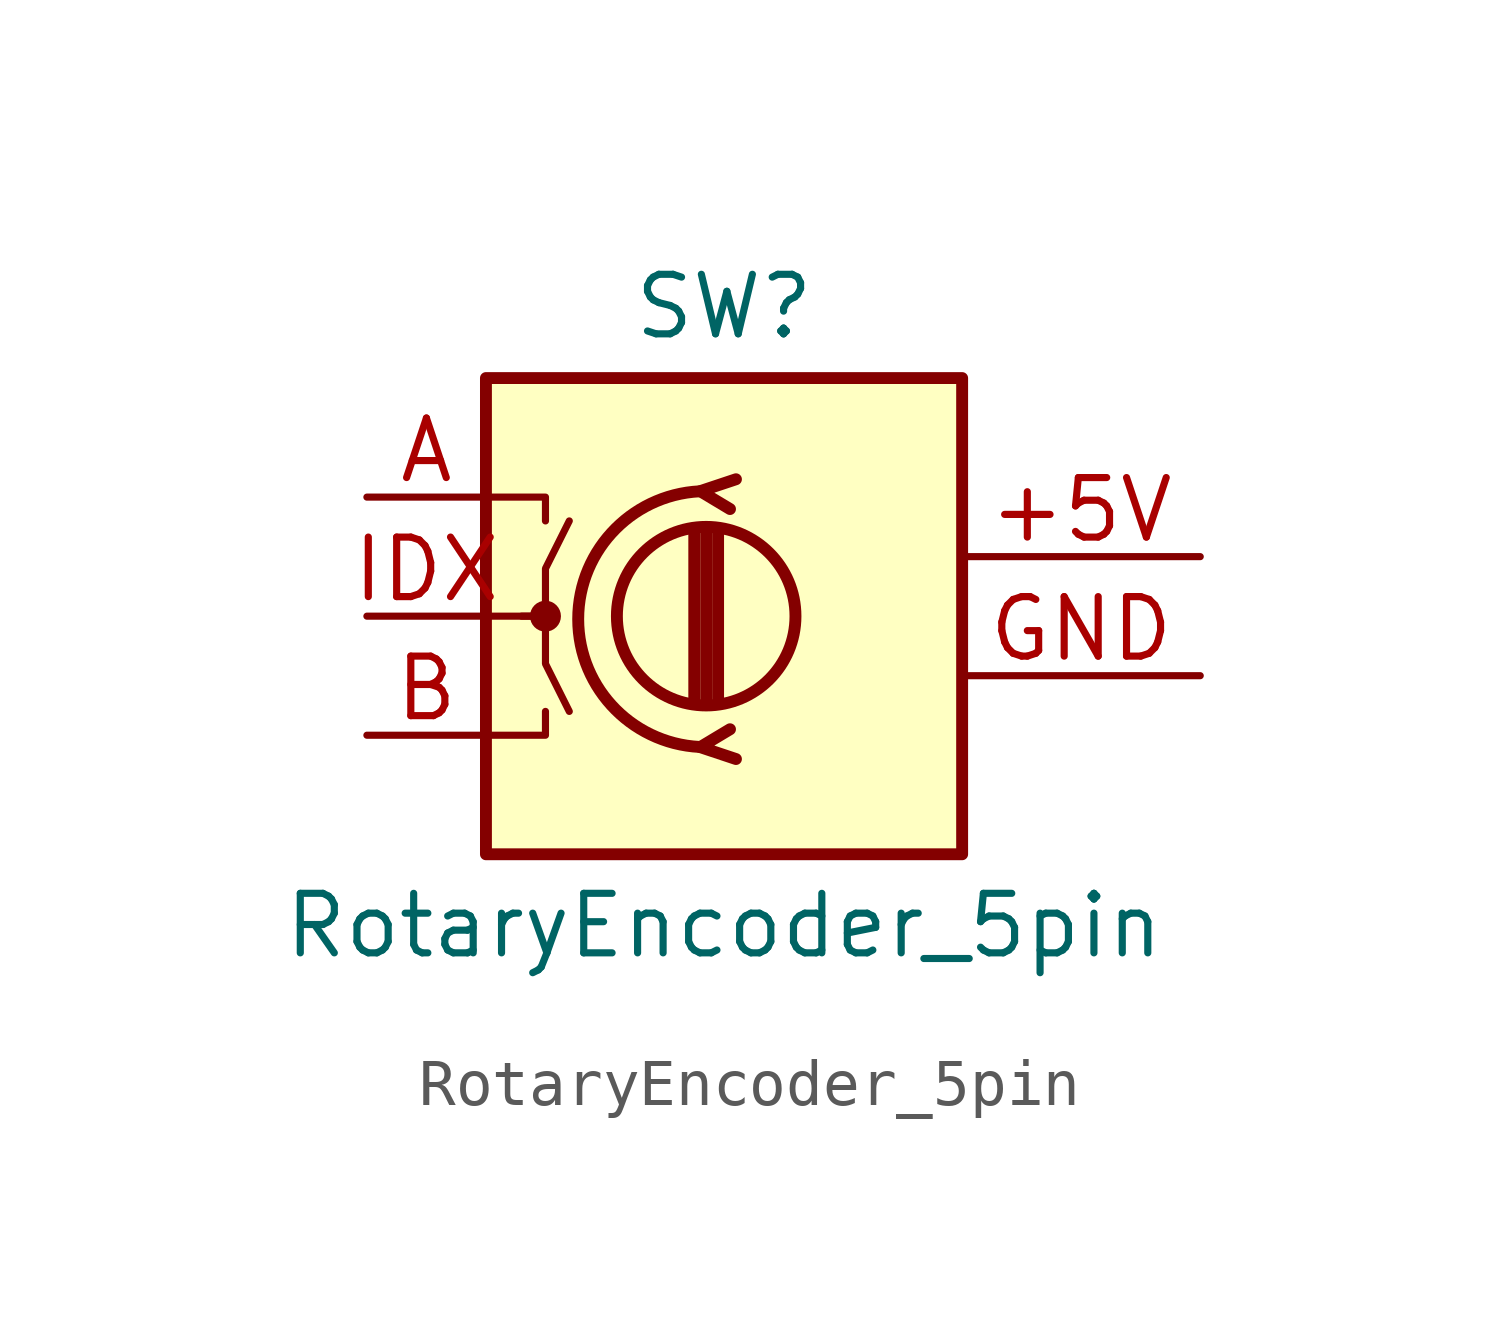
<source format=kicad_sym>
(kicad_symbol_lib
  (version 20231120)
  (generator "kicad_symbol_editor")
  (generator_version "8.0")
  (symbol "RotaryEncoder_5pin"
    (pin_names
      (offset 0.254) hide)
    (property "Reference" "SW"
      (at 0 6.604 0)
      (effects (font (size 1.27 1.27))))
    (property "Value" "RotaryEncoder_5pin"
      (at 0 -6.604 0)
      (effects (font (size 1.27 1.27))))
    (symbol "RotaryEncoder_5pin_0_1"
      (rectangle (start -5.08 5.08) (end 5.08 -5.08) (stroke (width 0.254) (type default)) (fill (type background)))
      (circle (center -3.81 0) (radius 0.254) (stroke (width 0) (type default)) (fill (type outline)))
      (circle (center -0.381 0) (radius 1.905) (stroke (width 0.254) (type default)) (fill (type none)))
      (arc (start -0.381 2.667) (mid -3.0988 -0.0635) (end -0.381 -2.794) (stroke (width 0.254) (type default)) (fill (type none)))
      (polyline (pts (xy -0.635 -1.778) (xy -0.635 1.778)) (stroke (width 0.254) (type default)) (fill (type none)))
      (polyline (pts (xy -0.381 -1.778) (xy -0.381 1.778)) (stroke (width 0.254) (type default)) (fill (type none)))
      (polyline (pts (xy -0.127 1.778) (xy -0.127 -1.778)) (stroke (width 0.254) (type default)) (fill (type none)))
      (polyline (pts (xy -5.08 -2.54) (xy -3.81 -2.54) (xy -3.81 -2.032)) (stroke (width 0) (type default)) (fill (type none)))
      (polyline (pts (xy -5.08 2.54) (xy -3.81 2.54) (xy -3.81 2.032)) (stroke (width 0) (type default)) (fill (type none)))
      (polyline (pts (xy 0.254 -3.048) (xy -0.508 -2.794) (xy 0.127 -2.413)) (stroke (width 0.254) (type default)) (fill (type none)))
      (polyline (pts (xy 0.254 2.921) (xy -0.508 2.667) (xy 0.127 2.286)) (stroke (width 0.254) (type default)) (fill (type none)))
      (polyline (pts (xy -5.08 0) (xy -3.81 0) (xy -3.81 -1.016) (xy -3.302 -2.032)) (stroke (width 0) (type default)) (fill (type none)))
      (polyline (pts (xy -4.318 0) (xy -3.81 0) (xy -3.81 1.016) (xy -3.302 2.032)) (stroke (width 0) (type default)) (fill (type none))))
    (symbol "RotaryEncoder_5pin_1_0"
      (pin power_in line (at 10.16 1.27 180) (length 5.08) (name "+5V" (effects (font (size 1.27 1.27)))) (number "+5V" (effects (font (size 1.27 1.27)))))
      (pin power_in line (at 10.16 -1.27 180) (length 5.08) (name "GND" (effects (font (size 1.27 1.27)))) (number "GND" (effects (font (size 1.27 1.27))))))
    (symbol "RotaryEncoder_5pin_1_1"
      (pin passive line (at -7.62 2.54 0) (length 2.54) (name "CH_A" (effects (font (size 1.27 1.27)))) (number "A" (effects (font (size 1.27 1.27)))))
      (pin passive line (at -7.62 -2.54 0) (length 2.54) (name "CH_B" (effects (font (size 1.27 1.27)))) (number "B" (effects (font (size 1.27 1.27)))))
      (pin passive line (at -7.62 0 0) (length 2.54) (name "INDEX" (effects (font (size 1.27 1.27)))) (number "IDX" (effects (font (size 1.27 1.27))))))))
</source>
